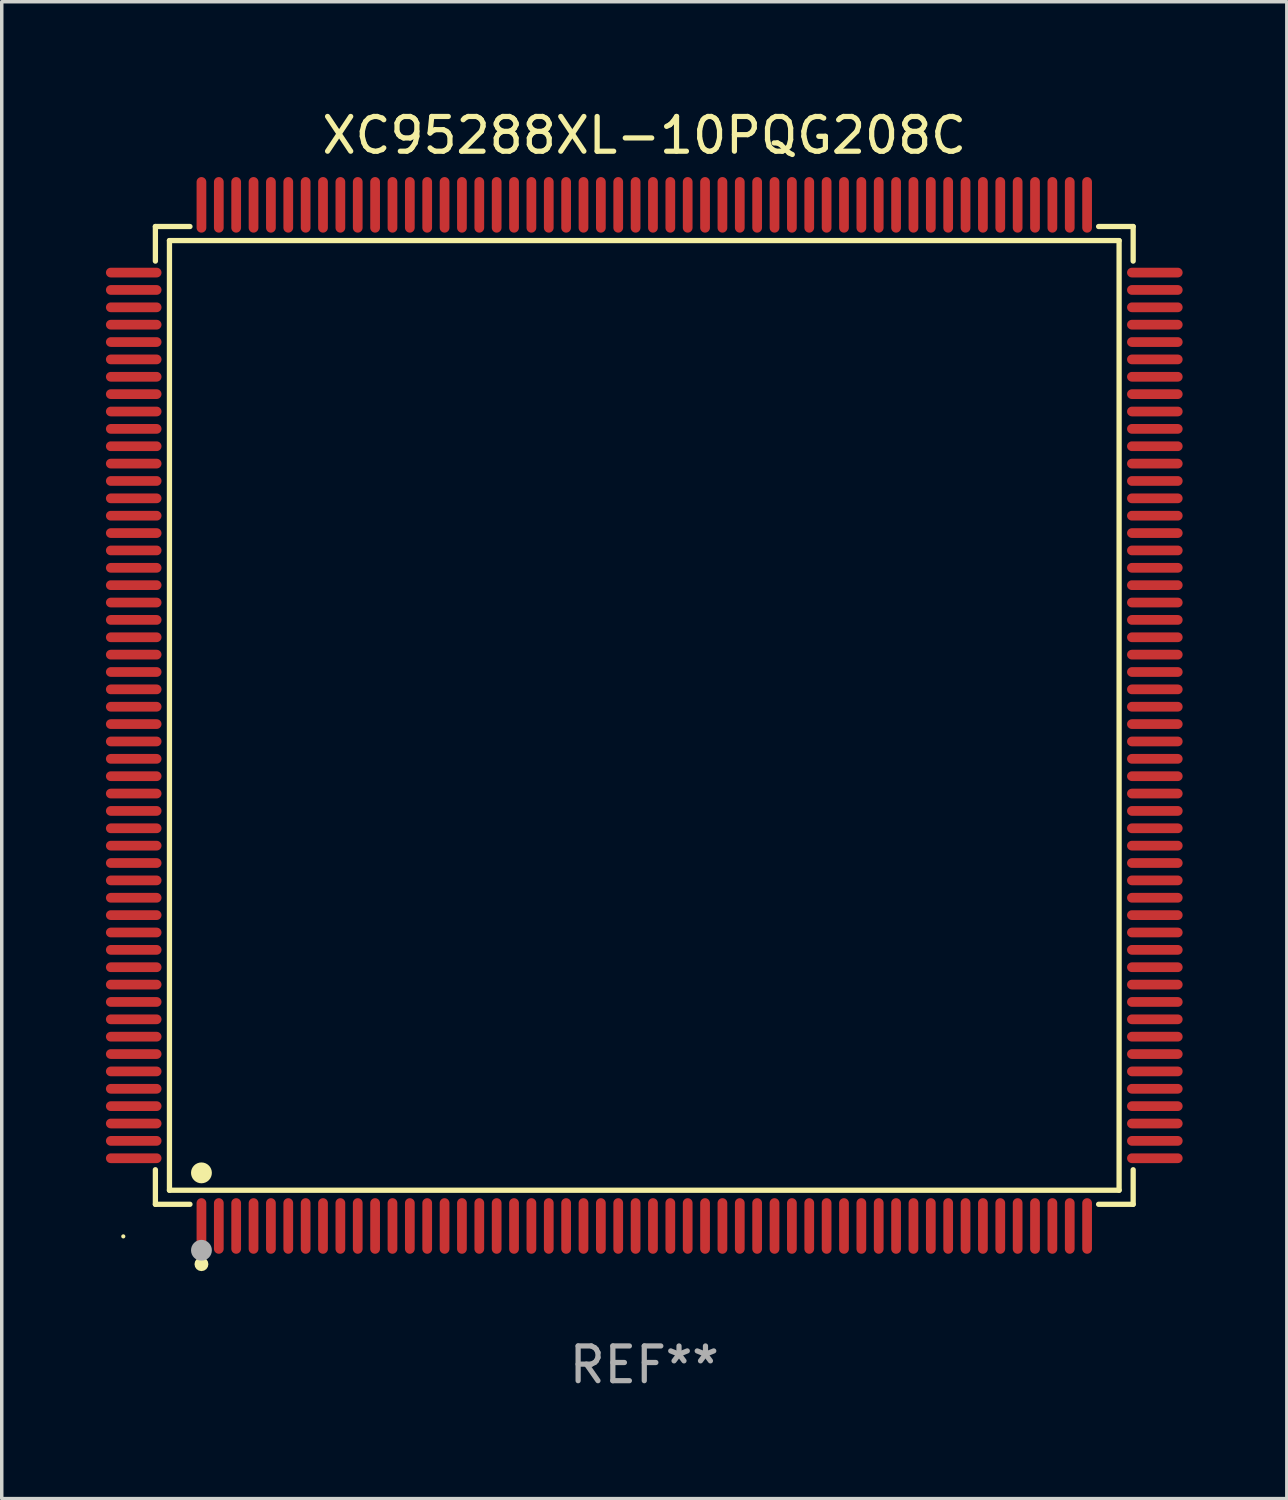
<source format=kicad_pcb>
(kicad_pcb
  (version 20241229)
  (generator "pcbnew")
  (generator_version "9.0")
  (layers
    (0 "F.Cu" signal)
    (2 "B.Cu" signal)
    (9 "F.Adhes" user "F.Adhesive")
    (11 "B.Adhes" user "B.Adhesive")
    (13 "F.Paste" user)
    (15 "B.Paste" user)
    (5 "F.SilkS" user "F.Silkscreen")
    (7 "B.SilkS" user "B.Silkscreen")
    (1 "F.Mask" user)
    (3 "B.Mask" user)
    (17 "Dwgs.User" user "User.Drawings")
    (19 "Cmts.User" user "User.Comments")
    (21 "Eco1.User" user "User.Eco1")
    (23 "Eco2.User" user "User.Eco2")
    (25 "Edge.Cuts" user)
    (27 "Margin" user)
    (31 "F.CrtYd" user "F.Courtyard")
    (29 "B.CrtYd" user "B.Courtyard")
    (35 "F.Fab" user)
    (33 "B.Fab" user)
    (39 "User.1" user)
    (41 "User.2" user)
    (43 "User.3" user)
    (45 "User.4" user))
  (footprint "XC95288XL-10PQG208C"
    (layer "F.Cu")
    (at 15.5 17.548)
    (property "Reference" "XC95288XL-10PQG208C" (at 0 -16.7 0) (layer "F.SilkS") (effects (font (size 1 1) (thickness 0.15))))
    (attr through_hole)
    (fp_line (start -14.076 -14.076) (end -13.081 -14.076) (stroke (width 0.152) (type solid)) (layer "F.SilkS"))
    (fp_line (start -14.076 -13.081) (end -14.076 -14.076) (stroke (width 0.152) (type solid)) (layer "F.SilkS"))
    (fp_line (start -14.076 13.081) (end -14.076 14.076) (stroke (width 0.152) (type solid)) (layer "F.SilkS"))
    (fp_line (start -14.076 14.076) (end -13.081 14.076) (stroke (width 0.152) (type solid)) (layer "F.SilkS"))
    (fp_line (start -13.671 -13.671) (end 13.671 -13.671) (stroke (width 0.152) (type solid)) (layer "F.SilkS"))
    (fp_line (start -13.671 13.671) (end -13.671 -13.671) (stroke (width 0.152) (type solid)) (layer "F.SilkS"))
    (fp_line (start 13.671 -13.671) (end 13.671 13.671) (stroke (width 0.152) (type solid)) (layer "F.SilkS"))
    (fp_line (start 13.671 13.671) (end -13.671 13.671) (stroke (width 0.152) (type solid)) (layer "F.SilkS"))
    (fp_line (start 14.076 -14.076) (end 13.081 -14.076) (stroke (width 0.152) (type solid)) (layer "F.SilkS"))
    (fp_line (start 14.076 -13.081) (end 14.076 -14.076) (stroke (width 0.152) (type solid)) (layer "F.SilkS"))
    (fp_line (start 14.076 13.081) (end 14.076 14.076) (stroke (width 0.152) (type solid)) (layer "F.SilkS"))
    (fp_line (start 14.076 14.076) (end 13.081 14.076) (stroke (width 0.152) (type solid)) (layer "F.SilkS"))
    (fp_circle (center -15 15) (end -14.97 15) (stroke (width 0.06) (type solid)) (fill no) (layer "F.SilkS"))
    (fp_circle (center -12.75 13.171) (end -12.6 13.171) (stroke (width 0.3) (type solid)) (fill no) (layer "F.SilkS"))
    (fp_circle (center -12.75 15.8) (end -12.65 15.8) (stroke (width 0.2) (type solid)) (fill no) (layer "F.SilkS"))
    (fp_circle (center -12.75 15.4) (end -12.6 15.4) (stroke (width 0.3) (type solid)) (fill no) (layer "F.Fab"))
    (fp_text user "REF**" (at 0 18.7 0) (layer "F.Fab") (effects (font (size 1 1) (thickness 0.15))))
    (pad "1" smd oval (at -12.75 14.7) (size 0.28 1.6) (layers "F.Cu" "F.Mask" "F.Paste"))
    (pad "2" smd oval (at -12.25 14.7) (size 0.28 1.6) (layers "F.Cu" "F.Mask" "F.Paste"))
    (pad "3" smd oval (at -11.75 14.7) (size 0.28 1.6) (layers "F.Cu" "F.Mask" "F.Paste"))
    (pad "4" smd oval (at -11.25 14.7) (size 0.28 1.6) (layers "F.Cu" "F.Mask" "F.Paste"))
    (pad "5" smd oval (at -10.75 14.7) (size 0.28 1.6) (layers "F.Cu" "F.Mask" "F.Paste"))
    (pad "6" smd oval (at -10.25 14.7) (size 0.28 1.6) (layers "F.Cu" "F.Mask" "F.Paste"))
    (pad "7" smd oval (at -9.75 14.7) (size 0.28 1.6) (layers "F.Cu" "F.Mask" "F.Paste"))
    (pad "8" smd oval (at -9.25 14.7) (size 0.28 1.6) (layers "F.Cu" "F.Mask" "F.Paste"))
    (pad "9" smd oval (at -8.75 14.7) (size 0.28 1.6) (layers "F.Cu" "F.Mask" "F.Paste"))
    (pad "10" smd oval (at -8.25 14.7) (size 0.28 1.6) (layers "F.Cu" "F.Mask" "F.Paste"))
    (pad "11" smd oval (at -7.75 14.7) (size 0.28 1.6) (layers "F.Cu" "F.Mask" "F.Paste"))
    (pad "12" smd oval (at -7.25 14.7) (size 0.28 1.6) (layers "F.Cu" "F.Mask" "F.Paste"))
    (pad "13" smd oval (at -6.75 14.7) (size 0.28 1.6) (layers "F.Cu" "F.Mask" "F.Paste"))
    (pad "14" smd oval (at -6.25 14.7) (size 0.28 1.6) (layers "F.Cu" "F.Mask" "F.Paste"))
    (pad "15" smd oval (at -5.75 14.7) (size 0.28 1.6) (layers "F.Cu" "F.Mask" "F.Paste"))
    (pad "16" smd oval (at -5.25 14.7) (size 0.28 1.6) (layers "F.Cu" "F.Mask" "F.Paste"))
    (pad "17" smd oval (at -4.75 14.7) (size 0.28 1.6) (layers "F.Cu" "F.Mask" "F.Paste"))
    (pad "18" smd oval (at -4.25 14.7) (size 0.28 1.6) (layers "F.Cu" "F.Mask" "F.Paste"))
    (pad "19" smd oval (at -3.75 14.7) (size 0.28 1.6) (layers "F.Cu" "F.Mask" "F.Paste"))
    (pad "20" smd oval (at -3.25 14.7) (size 0.28 1.6) (layers "F.Cu" "F.Mask" "F.Paste"))
    (pad "21" smd oval (at -2.75 14.7) (size 0.28 1.6) (layers "F.Cu" "F.Mask" "F.Paste"))
    (pad "22" smd oval (at -2.25 14.7) (size 0.28 1.6) (layers "F.Cu" "F.Mask" "F.Paste"))
    (pad "23" smd oval (at -1.75 14.7) (size 0.28 1.6) (layers "F.Cu" "F.Mask" "F.Paste"))
    (pad "24" smd oval (at -1.25 14.7) (size 0.28 1.6) (layers "F.Cu" "F.Mask" "F.Paste"))
    (pad "25" smd oval (at -0.75 14.7) (size 0.28 1.6) (layers "F.Cu" "F.Mask" "F.Paste"))
    (pad "26" smd oval (at -0.25 14.7) (size 0.28 1.6) (layers "F.Cu" "F.Mask" "F.Paste"))
    (pad "27" smd oval (at 0.25 14.7) (size 0.28 1.6) (layers "F.Cu" "F.Mask" "F.Paste"))
    (pad "28" smd oval (at 0.75 14.7) (size 0.28 1.6) (layers "F.Cu" "F.Mask" "F.Paste"))
    (pad "29" smd oval (at 1.25 14.7) (size 0.28 1.6) (layers "F.Cu" "F.Mask" "F.Paste"))
    (pad "30" smd oval (at 1.75 14.7) (size 0.28 1.6) (layers "F.Cu" "F.Mask" "F.Paste"))
    (pad "31" smd oval (at 2.25 14.7) (size 0.28 1.6) (layers "F.Cu" "F.Mask" "F.Paste"))
    (pad "32" smd oval (at 2.75 14.7) (size 0.28 1.6) (layers "F.Cu" "F.Mask" "F.Paste"))
    (pad "33" smd oval (at 3.25 14.7) (size 0.28 1.6) (layers "F.Cu" "F.Mask" "F.Paste"))
    (pad "34" smd oval (at 3.75 14.7) (size 0.28 1.6) (layers "F.Cu" "F.Mask" "F.Paste"))
    (pad "35" smd oval (at 4.25 14.7) (size 0.28 1.6) (layers "F.Cu" "F.Mask" "F.Paste"))
    (pad "36" smd oval (at 4.75 14.7) (size 0.28 1.6) (layers "F.Cu" "F.Mask" "F.Paste"))
    (pad "37" smd oval (at 5.25 14.7) (size 0.28 1.6) (layers "F.Cu" "F.Mask" "F.Paste"))
    (pad "38" smd oval (at 5.75 14.7) (size 0.28 1.6) (layers "F.Cu" "F.Mask" "F.Paste"))
    (pad "39" smd oval (at 6.25 14.7) (size 0.28 1.6) (layers "F.Cu" "F.Mask" "F.Paste"))
    (pad "40" smd oval (at 6.75 14.7) (size 0.28 1.6) (layers "F.Cu" "F.Mask" "F.Paste"))
    (pad "41" smd oval (at 7.25 14.7) (size 0.28 1.6) (layers "F.Cu" "F.Mask" "F.Paste"))
    (pad "42" smd oval (at 7.75 14.7) (size 0.28 1.6) (layers "F.Cu" "F.Mask" "F.Paste"))
    (pad "43" smd oval (at 8.25 14.7) (size 0.28 1.6) (layers "F.Cu" "F.Mask" "F.Paste"))
    (pad "44" smd oval (at 8.75 14.7) (size 0.28 1.6) (layers "F.Cu" "F.Mask" "F.Paste"))
    (pad "45" smd oval (at 9.25 14.7) (size 0.28 1.6) (layers "F.Cu" "F.Mask" "F.Paste"))
    (pad "46" smd oval (at 9.75 14.7) (size 0.28 1.6) (layers "F.Cu" "F.Mask" "F.Paste"))
    (pad "47" smd oval (at 10.25 14.7) (size 0.28 1.6) (layers "F.Cu" "F.Mask" "F.Paste"))
    (pad "48" smd oval (at 10.75 14.7) (size 0.28 1.6) (layers "F.Cu" "F.Mask" "F.Paste"))
    (pad "49" smd oval (at 11.25 14.7) (size 0.28 1.6) (layers "F.Cu" "F.Mask" "F.Paste"))
    (pad "50" smd oval (at 11.75 14.7) (size 0.28 1.6) (layers "F.Cu" "F.Mask" "F.Paste"))
    (pad "51" smd oval (at 12.25 14.7) (size 0.28 1.6) (layers "F.Cu" "F.Mask" "F.Paste"))
    (pad "52" smd oval (at 12.75 14.7) (size 0.28 1.6) (layers "F.Cu" "F.Mask" "F.Paste"))
    (pad "53" smd oval (at 14.7 12.75) (size 1.6 0.28) (layers "F.Cu" "F.Mask" "F.Paste"))
    (pad "54" smd oval (at 14.7 12.25) (size 1.6 0.28) (layers "F.Cu" "F.Mask" "F.Paste"))
    (pad "55" smd oval (at 14.7 11.75) (size 1.6 0.28) (layers "F.Cu" "F.Mask" "F.Paste"))
    (pad "56" smd oval (at 14.7 11.25) (size 1.6 0.28) (layers "F.Cu" "F.Mask" "F.Paste"))
    (pad "57" smd oval (at 14.7 10.75) (size 1.6 0.28) (layers "F.Cu" "F.Mask" "F.Paste"))
    (pad "58" smd oval (at 14.7 10.25) (size 1.6 0.28) (layers "F.Cu" "F.Mask" "F.Paste"))
    (pad "59" smd oval (at 14.7 9.75) (size 1.6 0.28) (layers "F.Cu" "F.Mask" "F.Paste"))
    (pad "60" smd oval (at 14.7 9.25) (size 1.6 0.28) (layers "F.Cu" "F.Mask" "F.Paste"))
    (pad "61" smd oval (at 14.7 8.75) (size 1.6 0.28) (layers "F.Cu" "F.Mask" "F.Paste"))
    (pad "62" smd oval (at 14.7 8.25) (size 1.6 0.28) (layers "F.Cu" "F.Mask" "F.Paste"))
    (pad "63" smd oval (at 14.7 7.75) (size 1.6 0.28) (layers "F.Cu" "F.Mask" "F.Paste"))
    (pad "64" smd oval (at 14.7 7.25) (size 1.6 0.28) (layers "F.Cu" "F.Mask" "F.Paste"))
    (pad "65" smd oval (at 14.7 6.75) (size 1.6 0.28) (layers "F.Cu" "F.Mask" "F.Paste"))
    (pad "66" smd oval (at 14.7 6.25) (size 1.6 0.28) (layers "F.Cu" "F.Mask" "F.Paste"))
    (pad "67" smd oval (at 14.7 5.75) (size 1.6 0.28) (layers "F.Cu" "F.Mask" "F.Paste"))
    (pad "68" smd oval (at 14.7 5.25) (size 1.6 0.28) (layers "F.Cu" "F.Mask" "F.Paste"))
    (pad "69" smd oval (at 14.7 4.75) (size 1.6 0.28) (layers "F.Cu" "F.Mask" "F.Paste"))
    (pad "70" smd oval (at 14.7 4.25) (size 1.6 0.28) (layers "F.Cu" "F.Mask" "F.Paste"))
    (pad "71" smd oval (at 14.7 3.75) (size 1.6 0.28) (layers "F.Cu" "F.Mask" "F.Paste"))
    (pad "72" smd oval (at 14.7 3.25) (size 1.6 0.28) (layers "F.Cu" "F.Mask" "F.Paste"))
    (pad "73" smd oval (at 14.7 2.75) (size 1.6 0.28) (layers "F.Cu" "F.Mask" "F.Paste"))
    (pad "74" smd oval (at 14.7 2.25) (size 1.6 0.28) (layers "F.Cu" "F.Mask" "F.Paste"))
    (pad "75" smd oval (at 14.7 1.75) (size 1.6 0.28) (layers "F.Cu" "F.Mask" "F.Paste"))
    (pad "76" smd oval (at 14.7 1.25) (size 1.6 0.28) (layers "F.Cu" "F.Mask" "F.Paste"))
    (pad "77" smd oval (at 14.7 0.75) (size 1.6 0.28) (layers "F.Cu" "F.Mask" "F.Paste"))
    (pad "78" smd oval (at 14.7 0.25) (size 1.6 0.28) (layers "F.Cu" "F.Mask" "F.Paste"))
    (pad "79" smd oval (at 14.7 -0.25) (size 1.6 0.28) (layers "F.Cu" "F.Mask" "F.Paste"))
    (pad "80" smd oval (at 14.7 -0.75) (size 1.6 0.28) (layers "F.Cu" "F.Mask" "F.Paste"))
    (pad "81" smd oval (at 14.7 -1.25) (size 1.6 0.28) (layers "F.Cu" "F.Mask" "F.Paste"))
    (pad "82" smd oval (at 14.7 -1.75) (size 1.6 0.28) (layers "F.Cu" "F.Mask" "F.Paste"))
    (pad "83" smd oval (at 14.7 -2.25) (size 1.6 0.28) (layers "F.Cu" "F.Mask" "F.Paste"))
    (pad "84" smd oval (at 14.7 -2.75) (size 1.6 0.28) (layers "F.Cu" "F.Mask" "F.Paste"))
    (pad "85" smd oval (at 14.7 -3.25) (size 1.6 0.28) (layers "F.Cu" "F.Mask" "F.Paste"))
    (pad "86" smd oval (at 14.7 -3.75) (size 1.6 0.28) (layers "F.Cu" "F.Mask" "F.Paste"))
    (pad "87" smd oval (at 14.7 -4.25) (size 1.6 0.28) (layers "F.Cu" "F.Mask" "F.Paste"))
    (pad "88" smd oval (at 14.7 -4.75) (size 1.6 0.28) (layers "F.Cu" "F.Mask" "F.Paste"))
    (pad "89" smd oval (at 14.7 -5.25) (size 1.6 0.28) (layers "F.Cu" "F.Mask" "F.Paste"))
    (pad "90" smd oval (at 14.7 -5.75) (size 1.6 0.28) (layers "F.Cu" "F.Mask" "F.Paste"))
    (pad "91" smd oval (at 14.7 -6.25) (size 1.6 0.28) (layers "F.Cu" "F.Mask" "F.Paste"))
    (pad "92" smd oval (at 14.7 -6.75) (size 1.6 0.28) (layers "F.Cu" "F.Mask" "F.Paste"))
    (pad "93" smd oval (at 14.7 -7.25) (size 1.6 0.28) (layers "F.Cu" "F.Mask" "F.Paste"))
    (pad "94" smd oval (at 14.7 -7.75) (size 1.6 0.28) (layers "F.Cu" "F.Mask" "F.Paste"))
    (pad "95" smd oval (at 14.7 -8.25) (size 1.6 0.28) (layers "F.Cu" "F.Mask" "F.Paste"))
    (pad "96" smd oval (at 14.7 -8.75) (size 1.6 0.28) (layers "F.Cu" "F.Mask" "F.Paste"))
    (pad "97" smd oval (at 14.7 -9.25) (size 1.6 0.28) (layers "F.Cu" "F.Mask" "F.Paste"))
    (pad "98" smd oval (at 14.7 -9.75) (size 1.6 0.28) (layers "F.Cu" "F.Mask" "F.Paste"))
    (pad "99" smd oval (at 14.7 -10.25) (size 1.6 0.28) (layers "F.Cu" "F.Mask" "F.Paste"))
    (pad "100" smd oval (at 14.7 -10.75) (size 1.6 0.28) (layers "F.Cu" "F.Mask" "F.Paste"))
    (pad "101" smd oval (at 14.7 -11.25) (size 1.6 0.28) (layers "F.Cu" "F.Mask" "F.Paste"))
    (pad "102" smd oval (at 14.7 -11.75) (size 1.6 0.28) (layers "F.Cu" "F.Mask" "F.Paste"))
    (pad "103" smd oval (at 14.7 -12.25) (size 1.6 0.28) (layers "F.Cu" "F.Mask" "F.Paste"))
    (pad "104" smd oval (at 14.7 -12.75) (size 1.6 0.28) (layers "F.Cu" "F.Mask" "F.Paste"))
    (pad "105" smd oval (at 12.75 -14.7) (size 0.28 1.6) (layers "F.Cu" "F.Mask" "F.Paste"))
    (pad "106" smd oval (at 12.25 -14.7) (size 0.28 1.6) (layers "F.Cu" "F.Mask" "F.Paste"))
    (pad "107" smd oval (at 11.75 -14.7) (size 0.28 1.6) (layers "F.Cu" "F.Mask" "F.Paste"))
    (pad "108" smd oval (at 11.25 -14.7) (size 0.28 1.6) (layers "F.Cu" "F.Mask" "F.Paste"))
    (pad "109" smd oval (at 10.75 -14.7) (size 0.28 1.6) (layers "F.Cu" "F.Mask" "F.Paste"))
    (pad "110" smd oval (at 10.25 -14.7) (size 0.28 1.6) (layers "F.Cu" "F.Mask" "F.Paste"))
    (pad "111" smd oval (at 9.75 -14.7) (size 0.28 1.6) (layers "F.Cu" "F.Mask" "F.Paste"))
    (pad "112" smd oval (at 9.25 -14.7) (size 0.28 1.6) (layers "F.Cu" "F.Mask" "F.Paste"))
    (pad "113" smd oval (at 8.75 -14.7) (size 0.28 1.6) (layers "F.Cu" "F.Mask" "F.Paste"))
    (pad "114" smd oval (at 8.25 -14.7) (size 0.28 1.6) (layers "F.Cu" "F.Mask" "F.Paste"))
    (pad "115" smd oval (at 7.75 -14.7) (size 0.28 1.6) (layers "F.Cu" "F.Mask" "F.Paste"))
    (pad "116" smd oval (at 7.25 -14.7) (size 0.28 1.6) (layers "F.Cu" "F.Mask" "F.Paste"))
    (pad "117" smd oval (at 6.75 -14.7) (size 0.28 1.6) (layers "F.Cu" "F.Mask" "F.Paste"))
    (pad "118" smd oval (at 6.25 -14.7) (size 0.28 1.6) (layers "F.Cu" "F.Mask" "F.Paste"))
    (pad "119" smd oval (at 5.75 -14.7) (size 0.28 1.6) (layers "F.Cu" "F.Mask" "F.Paste"))
    (pad "120" smd oval (at 5.25 -14.7) (size 0.28 1.6) (layers "F.Cu" "F.Mask" "F.Paste"))
    (pad "121" smd oval (at 4.75 -14.7) (size 0.28 1.6) (layers "F.Cu" "F.Mask" "F.Paste"))
    (pad "122" smd oval (at 4.25 -14.7) (size 0.28 1.6) (layers "F.Cu" "F.Mask" "F.Paste"))
    (pad "123" smd oval (at 3.75 -14.7) (size 0.28 1.6) (layers "F.Cu" "F.Mask" "F.Paste"))
    (pad "124" smd oval (at 3.25 -14.7) (size 0.28 1.6) (layers "F.Cu" "F.Mask" "F.Paste"))
    (pad "125" smd oval (at 2.75 -14.7) (size 0.28 1.6) (layers "F.Cu" "F.Mask" "F.Paste"))
    (pad "126" smd oval (at 2.25 -14.7) (size 0.28 1.6) (layers "F.Cu" "F.Mask" "F.Paste"))
    (pad "127" smd oval (at 1.75 -14.7) (size 0.28 1.6) (layers "F.Cu" "F.Mask" "F.Paste"))
    (pad "128" smd oval (at 1.25 -14.7) (size 0.28 1.6) (layers "F.Cu" "F.Mask" "F.Paste"))
    (pad "129" smd oval (at 0.75 -14.7) (size 0.28 1.6) (layers "F.Cu" "F.Mask" "F.Paste"))
    (pad "130" smd oval (at 0.25 -14.7) (size 0.28 1.6) (layers "F.Cu" "F.Mask" "F.Paste"))
    (pad "131" smd oval (at -0.25 -14.7) (size 0.28 1.6) (layers "F.Cu" "F.Mask" "F.Paste"))
    (pad "132" smd oval (at -0.75 -14.7) (size 0.28 1.6) (layers "F.Cu" "F.Mask" "F.Paste"))
    (pad "133" smd oval (at -1.25 -14.7) (size 0.28 1.6) (layers "F.Cu" "F.Mask" "F.Paste"))
    (pad "134" smd oval (at -1.75 -14.7) (size 0.28 1.6) (layers "F.Cu" "F.Mask" "F.Paste"))
    (pad "135" smd oval (at -2.25 -14.7) (size 0.28 1.6) (layers "F.Cu" "F.Mask" "F.Paste"))
    (pad "136" smd oval (at -2.75 -14.7) (size 0.28 1.6) (layers "F.Cu" "F.Mask" "F.Paste"))
    (pad "137" smd oval (at -3.25 -14.7) (size 0.28 1.6) (layers "F.Cu" "F.Mask" "F.Paste"))
    (pad "138" smd oval (at -3.75 -14.7) (size 0.28 1.6) (layers "F.Cu" "F.Mask" "F.Paste"))
    (pad "139" smd oval (at -4.25 -14.7) (size 0.28 1.6) (layers "F.Cu" "F.Mask" "F.Paste"))
    (pad "140" smd oval (at -4.75 -14.7) (size 0.28 1.6) (layers "F.Cu" "F.Mask" "F.Paste"))
    (pad "141" smd oval (at -5.25 -14.7) (size 0.28 1.6) (layers "F.Cu" "F.Mask" "F.Paste"))
    (pad "142" smd oval (at -5.75 -14.7) (size 0.28 1.6) (layers "F.Cu" "F.Mask" "F.Paste"))
    (pad "143" smd oval (at -6.25 -14.7) (size 0.28 1.6) (layers "F.Cu" "F.Mask" "F.Paste"))
    (pad "144" smd oval (at -6.75 -14.7) (size 0.28 1.6) (layers "F.Cu" "F.Mask" "F.Paste"))
    (pad "145" smd oval (at -7.25 -14.7) (size 0.28 1.6) (layers "F.Cu" "F.Mask" "F.Paste"))
    (pad "146" smd oval (at -7.75 -14.7) (size 0.28 1.6) (layers "F.Cu" "F.Mask" "F.Paste"))
    (pad "147" smd oval (at -8.25 -14.7) (size 0.28 1.6) (layers "F.Cu" "F.Mask" "F.Paste"))
    (pad "148" smd oval (at -8.75 -14.7) (size 0.28 1.6) (layers "F.Cu" "F.Mask" "F.Paste"))
    (pad "149" smd oval (at -9.25 -14.7) (size 0.28 1.6) (layers "F.Cu" "F.Mask" "F.Paste"))
    (pad "150" smd oval (at -9.75 -14.7) (size 0.28 1.6) (layers "F.Cu" "F.Mask" "F.Paste"))
    (pad "151" smd oval (at -10.25 -14.7) (size 0.28 1.6) (layers "F.Cu" "F.Mask" "F.Paste"))
    (pad "152" smd oval (at -10.75 -14.7) (size 0.28 1.6) (layers "F.Cu" "F.Mask" "F.Paste"))
    (pad "153" smd oval (at -11.25 -14.7) (size 0.28 1.6) (layers "F.Cu" "F.Mask" "F.Paste"))
    (pad "154" smd oval (at -11.75 -14.7) (size 0.28 1.6) (layers "F.Cu" "F.Mask" "F.Paste"))
    (pad "155" smd oval (at -12.25 -14.7) (size 0.28 1.6) (layers "F.Cu" "F.Mask" "F.Paste"))
    (pad "156" smd oval (at -12.75 -14.7) (size 0.28 1.6) (layers "F.Cu" "F.Mask" "F.Paste"))
    (pad "157" smd oval (at -14.7 -12.75) (size 1.6 0.28) (layers "F.Cu" "F.Mask" "F.Paste"))
    (pad "158" smd oval (at -14.7 -12.25) (size 1.6 0.28) (layers "F.Cu" "F.Mask" "F.Paste"))
    (pad "159" smd oval (at -14.7 -11.75) (size 1.6 0.28) (layers "F.Cu" "F.Mask" "F.Paste"))
    (pad "160" smd oval (at -14.7 -11.25) (size 1.6 0.28) (layers "F.Cu" "F.Mask" "F.Paste"))
    (pad "161" smd oval (at -14.7 -10.75) (size 1.6 0.28) (layers "F.Cu" "F.Mask" "F.Paste"))
    (pad "162" smd oval (at -14.7 -10.25) (size 1.6 0.28) (layers "F.Cu" "F.Mask" "F.Paste"))
    (pad "163" smd oval (at -14.7 -9.75) (size 1.6 0.28) (layers "F.Cu" "F.Mask" "F.Paste"))
    (pad "164" smd oval (at -14.7 -9.25) (size 1.6 0.28) (layers "F.Cu" "F.Mask" "F.Paste"))
    (pad "165" smd oval (at -14.7 -8.75) (size 1.6 0.28) (layers "F.Cu" "F.Mask" "F.Paste"))
    (pad "166" smd oval (at -14.7 -8.25) (size 1.6 0.28) (layers "F.Cu" "F.Mask" "F.Paste"))
    (pad "167" smd oval (at -14.7 -7.75) (size 1.6 0.28) (layers "F.Cu" "F.Mask" "F.Paste"))
    (pad "168" smd oval (at -14.7 -7.25) (size 1.6 0.28) (layers "F.Cu" "F.Mask" "F.Paste"))
    (pad "169" smd oval (at -14.7 -6.75) (size 1.6 0.28) (layers "F.Cu" "F.Mask" "F.Paste"))
    (pad "170" smd oval (at -14.7 -6.25) (size 1.6 0.28) (layers "F.Cu" "F.Mask" "F.Paste"))
    (pad "171" smd oval (at -14.7 -5.75) (size 1.6 0.28) (layers "F.Cu" "F.Mask" "F.Paste"))
    (pad "172" smd oval (at -14.7 -5.25) (size 1.6 0.28) (layers "F.Cu" "F.Mask" "F.Paste"))
    (pad "173" smd oval (at -14.7 -4.75) (size 1.6 0.28) (layers "F.Cu" "F.Mask" "F.Paste"))
    (pad "174" smd oval (at -14.7 -4.25) (size 1.6 0.28) (layers "F.Cu" "F.Mask" "F.Paste"))
    (pad "175" smd oval (at -14.7 -3.75) (size 1.6 0.28) (layers "F.Cu" "F.Mask" "F.Paste"))
    (pad "176" smd oval (at -14.7 -3.25) (size 1.6 0.28) (layers "F.Cu" "F.Mask" "F.Paste"))
    (pad "177" smd oval (at -14.7 -2.75) (size 1.6 0.28) (layers "F.Cu" "F.Mask" "F.Paste"))
    (pad "178" smd oval (at -14.7 -2.25) (size 1.6 0.28) (layers "F.Cu" "F.Mask" "F.Paste"))
    (pad "179" smd oval (at -14.7 -1.75) (size 1.6 0.28) (layers "F.Cu" "F.Mask" "F.Paste"))
    (pad "180" smd oval (at -14.7 -1.25) (size 1.6 0.28) (layers "F.Cu" "F.Mask" "F.Paste"))
    (pad "181" smd oval (at -14.7 -0.75) (size 1.6 0.28) (layers "F.Cu" "F.Mask" "F.Paste"))
    (pad "182" smd oval (at -14.7 -0.25) (size 1.6 0.28) (layers "F.Cu" "F.Mask" "F.Paste"))
    (pad "183" smd oval (at -14.7 0.25) (size 1.6 0.28) (layers "F.Cu" "F.Mask" "F.Paste"))
    (pad "184" smd oval (at -14.7 0.75) (size 1.6 0.28) (layers "F.Cu" "F.Mask" "F.Paste"))
    (pad "185" smd oval (at -14.7 1.25) (size 1.6 0.28) (layers "F.Cu" "F.Mask" "F.Paste"))
    (pad "186" smd oval (at -14.7 1.75) (size 1.6 0.28) (layers "F.Cu" "F.Mask" "F.Paste"))
    (pad "187" smd oval (at -14.7 2.25) (size 1.6 0.28) (layers "F.Cu" "F.Mask" "F.Paste"))
    (pad "188" smd oval (at -14.7 2.75) (size 1.6 0.28) (layers "F.Cu" "F.Mask" "F.Paste"))
    (pad "189" smd oval (at -14.7 3.25) (size 1.6 0.28) (layers "F.Cu" "F.Mask" "F.Paste"))
    (pad "190" smd oval (at -14.7 3.75) (size 1.6 0.28) (layers "F.Cu" "F.Mask" "F.Paste"))
    (pad "191" smd oval (at -14.7 4.25) (size 1.6 0.28) (layers "F.Cu" "F.Mask" "F.Paste"))
    (pad "192" smd oval (at -14.7 4.75) (size 1.6 0.28) (layers "F.Cu" "F.Mask" "F.Paste"))
    (pad "193" smd oval (at -14.7 5.25) (size 1.6 0.28) (layers "F.Cu" "F.Mask" "F.Paste"))
    (pad "194" smd oval (at -14.7 5.75) (size 1.6 0.28) (layers "F.Cu" "F.Mask" "F.Paste"))
    (pad "195" smd oval (at -14.7 6.25) (size 1.6 0.28) (layers "F.Cu" "F.Mask" "F.Paste"))
    (pad "196" smd oval (at -14.7 6.75) (size 1.6 0.28) (layers "F.Cu" "F.Mask" "F.Paste"))
    (pad "197" smd oval (at -14.7 7.25) (size 1.6 0.28) (layers "F.Cu" "F.Mask" "F.Paste"))
    (pad "198" smd oval (at -14.7 7.75) (size 1.6 0.28) (layers "F.Cu" "F.Mask" "F.Paste"))
    (pad "199" smd oval (at -14.7 8.25) (size 1.6 0.28) (layers "F.Cu" "F.Mask" "F.Paste"))
    (pad "200" smd oval (at -14.7 8.75) (size 1.6 0.28) (layers "F.Cu" "F.Mask" "F.Paste"))
    (pad "201" smd oval (at -14.7 9.25) (size 1.6 0.28) (layers "F.Cu" "F.Mask" "F.Paste"))
    (pad "202" smd oval (at -14.7 9.75) (size 1.6 0.28) (layers "F.Cu" "F.Mask" "F.Paste"))
    (pad "203" smd oval (at -14.7 10.25) (size 1.6 0.28) (layers "F.Cu" "F.Mask" "F.Paste"))
    (pad "204" smd oval (at -14.7 10.75) (size 1.6 0.28) (layers "F.Cu" "F.Mask" "F.Paste"))
    (pad "205" smd oval (at -14.7 11.25) (size 1.6 0.28) (layers "F.Cu" "F.Mask" "F.Paste"))
    (pad "206" smd oval (at -14.7 11.75) (size 1.6 0.28) (layers "F.Cu" "F.Mask" "F.Paste"))
    (pad "207" smd oval (at -14.7 12.25) (size 1.6 0.28) (layers "F.Cu" "F.Mask" "F.Paste"))
    (pad "208" smd oval (at -14.7 12.75) (size 1.6 0.28) (layers "F.Cu" "F.Mask" "F.Paste")))
  (gr_rect
    (start -3 -3)
    (end 34 40.097)
    (stroke (width 0.1) (type default))
    (fill no)
    (layer "Edge.Cuts")))
</source>
